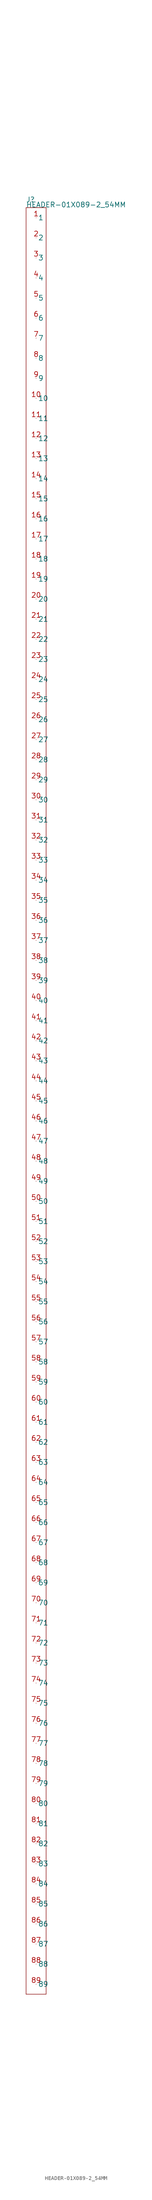
<source format=kicad_sym>
(kicad_symbol_lib
  (version 20211014)
  (generator kicad_symbol_editor)
  (symbol "HEADER-01X089-2_54MM"
    (pin_names)
    (property "Reference" "J"
      (at -2.54 227.33 0)
      (effects (font (size 1.27 1.27)) (justify left bottom)))
    (property "Value" "HEADER-01X089-2_54MM"
      (at -2.54 226.06 0)
      (effects (font (size 1.27 1.27)) (justify left bottom)))
    (property "Datasheet" ""
      (at 0 0 0))
    (property "ki_description" "Header 1x89  - Header Vertical 89POS 2.54MM Technical Specifications: Pitch: 0.1\" (2.54mm) "
      (at 0 0 0))
    (property "ki_fp_filters" "FlashPCB_Connectors:HEADER-THT-01X089-2_54MM FlashPCB_Connectors:HEADER-THT-LONG-01X089-2_54MM FlashPCB_Connectors:HEADER-THT-NOSILK-01X089-2_54MM FlashPCB_Connectors:HEADER-THT-LONG-NOSILK-01X089-2_54MM"
      (at 0 0 0))
    (symbol "HEADER-01X089-2_54MM_1_1"
      (polyline (pts (xy -2.54 226.06) (xy 2.54 226.06)) (stroke (width 0.127)) (fill (type none)))
      (polyline (pts (xy 2.54 226.06) (xy 2.54 -226.06)) (stroke (width 0.127)) (fill (type none)))
      (polyline (pts (xy 2.54 -226.06) (xy -2.54 -226.06)) (stroke (width 0.127)) (fill (type none)))
      (polyline (pts (xy -2.54 -226.06) (xy -2.54 226.06)) (stroke (width 0.127)) (fill (type none)))
      (pin bidirectional line (at 0 223.52 0) (length 0) (name "1" (effects (font (size 1.27 1.27)))) (number "1" (effects (font (size 1.27 1.27)))))
      (pin bidirectional line (at 0 218.44 0) (length 0) (name "2" (effects (font (size 1.27 1.27)))) (number "2" (effects (font (size 1.27 1.27)))))
      (pin bidirectional line (at 0 213.36 0) (length 0) (name "3" (effects (font (size 1.27 1.27)))) (number "3" (effects (font (size 1.27 1.27)))))
      (pin bidirectional line (at 0 208.28 0) (length 0) (name "4" (effects (font (size 1.27 1.27)))) (number "4" (effects (font (size 1.27 1.27)))))
      (pin bidirectional line (at 0 203.2 0) (length 0) (name "5" (effects (font (size 1.27 1.27)))) (number "5" (effects (font (size 1.27 1.27)))))
      (pin bidirectional line (at 0 198.12 0) (length 0) (name "6" (effects (font (size 1.27 1.27)))) (number "6" (effects (font (size 1.27 1.27)))))
      (pin bidirectional line (at 0 193.04 0) (length 0) (name "7" (effects (font (size 1.27 1.27)))) (number "7" (effects (font (size 1.27 1.27)))))
      (pin bidirectional line (at 0 187.96 0) (length 0) (name "8" (effects (font (size 1.27 1.27)))) (number "8" (effects (font (size 1.27 1.27)))))
      (pin bidirectional line (at 0 182.88 0) (length 0) (name "9" (effects (font (size 1.27 1.27)))) (number "9" (effects (font (size 1.27 1.27)))))
      (pin bidirectional line (at 0 177.8 0) (length 0) (name "10" (effects (font (size 1.27 1.27)))) (number "10" (effects (font (size 1.27 1.27)))))
      (pin bidirectional line (at 0 172.72 0) (length 0) (name "11" (effects (font (size 1.27 1.27)))) (number "11" (effects (font (size 1.27 1.27)))))
      (pin bidirectional line (at 0 167.64 0) (length 0) (name "12" (effects (font (size 1.27 1.27)))) (number "12" (effects (font (size 1.27 1.27)))))
      (pin bidirectional line (at 0 162.56 0) (length 0) (name "13" (effects (font (size 1.27 1.27)))) (number "13" (effects (font (size 1.27 1.27)))))
      (pin bidirectional line (at 0 157.48 0) (length 0) (name "14" (effects (font (size 1.27 1.27)))) (number "14" (effects (font (size 1.27 1.27)))))
      (pin bidirectional line (at 0 152.4 0) (length 0) (name "15" (effects (font (size 1.27 1.27)))) (number "15" (effects (font (size 1.27 1.27)))))
      (pin bidirectional line (at 0 147.32 0) (length 0) (name "16" (effects (font (size 1.27 1.27)))) (number "16" (effects (font (size 1.27 1.27)))))
      (pin bidirectional line (at 0 142.24 0) (length 0) (name "17" (effects (font (size 1.27 1.27)))) (number "17" (effects (font (size 1.27 1.27)))))
      (pin bidirectional line (at 0 137.16 0) (length 0) (name "18" (effects (font (size 1.27 1.27)))) (number "18" (effects (font (size 1.27 1.27)))))
      (pin bidirectional line (at 0 132.08 0) (length 0) (name "19" (effects (font (size 1.27 1.27)))) (number "19" (effects (font (size 1.27 1.27)))))
      (pin bidirectional line (at 0 127 0) (length 0) (name "20" (effects (font (size 1.27 1.27)))) (number "20" (effects (font (size 1.27 1.27)))))
      (pin bidirectional line (at 0 121.92 0) (length 0) (name "21" (effects (font (size 1.27 1.27)))) (number "21" (effects (font (size 1.27 1.27)))))
      (pin bidirectional line (at 0 116.84 0) (length 0) (name "22" (effects (font (size 1.27 1.27)))) (number "22" (effects (font (size 1.27 1.27)))))
      (pin bidirectional line (at 0 111.76 0) (length 0) (name "23" (effects (font (size 1.27 1.27)))) (number "23" (effects (font (size 1.27 1.27)))))
      (pin bidirectional line (at 0 106.68 0) (length 0) (name "24" (effects (font (size 1.27 1.27)))) (number "24" (effects (font (size 1.27 1.27)))))
      (pin bidirectional line (at 0 101.6 0) (length 0) (name "25" (effects (font (size 1.27 1.27)))) (number "25" (effects (font (size 1.27 1.27)))))
      (pin bidirectional line (at 0 96.52 0) (length 0) (name "26" (effects (font (size 1.27 1.27)))) (number "26" (effects (font (size 1.27 1.27)))))
      (pin bidirectional line (at 0 91.44 0) (length 0) (name "27" (effects (font (size 1.27 1.27)))) (number "27" (effects (font (size 1.27 1.27)))))
      (pin bidirectional line (at 0 86.36 0) (length 0) (name "28" (effects (font (size 1.27 1.27)))) (number "28" (effects (font (size 1.27 1.27)))))
      (pin bidirectional line (at 0 81.28 0) (length 0) (name "29" (effects (font (size 1.27 1.27)))) (number "29" (effects (font (size 1.27 1.27)))))
      (pin bidirectional line (at 0 76.2 0) (length 0) (name "30" (effects (font (size 1.27 1.27)))) (number "30" (effects (font (size 1.27 1.27)))))
      (pin bidirectional line (at 0 71.12 0) (length 0) (name "31" (effects (font (size 1.27 1.27)))) (number "31" (effects (font (size 1.27 1.27)))))
      (pin bidirectional line (at 0 66.04 0) (length 0) (name "32" (effects (font (size 1.27 1.27)))) (number "32" (effects (font (size 1.27 1.27)))))
      (pin bidirectional line (at 0 60.96 0) (length 0) (name "33" (effects (font (size 1.27 1.27)))) (number "33" (effects (font (size 1.27 1.27)))))
      (pin bidirectional line (at 0 55.88 0) (length 0) (name "34" (effects (font (size 1.27 1.27)))) (number "34" (effects (font (size 1.27 1.27)))))
      (pin bidirectional line (at 0 50.8 0) (length 0) (name "35" (effects (font (size 1.27 1.27)))) (number "35" (effects (font (size 1.27 1.27)))))
      (pin bidirectional line (at 0 45.72 0) (length 0) (name "36" (effects (font (size 1.27 1.27)))) (number "36" (effects (font (size 1.27 1.27)))))
      (pin bidirectional line (at 0 40.64 0) (length 0) (name "37" (effects (font (size 1.27 1.27)))) (number "37" (effects (font (size 1.27 1.27)))))
      (pin bidirectional line (at 0 35.56 0) (length 0) (name "38" (effects (font (size 1.27 1.27)))) (number "38" (effects (font (size 1.27 1.27)))))
      (pin bidirectional line (at 0 30.48 0) (length 0) (name "39" (effects (font (size 1.27 1.27)))) (number "39" (effects (font (size 1.27 1.27)))))
      (pin bidirectional line (at 0 25.4 0) (length 0) (name "40" (effects (font (size 1.27 1.27)))) (number "40" (effects (font (size 1.27 1.27)))))
      (pin bidirectional line (at 0 20.32 0) (length 0) (name "41" (effects (font (size 1.27 1.27)))) (number "41" (effects (font (size 1.27 1.27)))))
      (pin bidirectional line (at 0 15.24 0) (length 0) (name "42" (effects (font (size 1.27 1.27)))) (number "42" (effects (font (size 1.27 1.27)))))
      (pin bidirectional line (at 0 10.16 0) (length 0) (name "43" (effects (font (size 1.27 1.27)))) (number "43" (effects (font (size 1.27 1.27)))))
      (pin bidirectional line (at 0 5.08 0) (length 0) (name "44" (effects (font (size 1.27 1.27)))) (number "44" (effects (font (size 1.27 1.27)))))
      (pin bidirectional line (at 0 0 0) (length 0) (name "45" (effects (font (size 1.27 1.27)))) (number "45" (effects (font (size 1.27 1.27)))))
      (pin bidirectional line (at 0 -5.08 0) (length 0) (name "46" (effects (font (size 1.27 1.27)))) (number "46" (effects (font (size 1.27 1.27)))))
      (pin bidirectional line (at 0 -10.16 0) (length 0) (name "47" (effects (font (size 1.27 1.27)))) (number "47" (effects (font (size 1.27 1.27)))))
      (pin bidirectional line (at 0 -15.24 0) (length 0) (name "48" (effects (font (size 1.27 1.27)))) (number "48" (effects (font (size 1.27 1.27)))))
      (pin bidirectional line (at 0 -20.32 0) (length 0) (name "49" (effects (font (size 1.27 1.27)))) (number "49" (effects (font (size 1.27 1.27)))))
      (pin bidirectional line (at 0 -25.4 0) (length 0) (name "50" (effects (font (size 1.27 1.27)))) (number "50" (effects (font (size 1.27 1.27)))))
      (pin bidirectional line (at 0 -30.48 0) (length 0) (name "51" (effects (font (size 1.27 1.27)))) (number "51" (effects (font (size 1.27 1.27)))))
      (pin bidirectional line (at 0 -35.56 0) (length 0) (name "52" (effects (font (size 1.27 1.27)))) (number "52" (effects (font (size 1.27 1.27)))))
      (pin bidirectional line (at 0 -40.64 0) (length 0) (name "53" (effects (font (size 1.27 1.27)))) (number "53" (effects (font (size 1.27 1.27)))))
      (pin bidirectional line (at 0 -45.72 0) (length 0) (name "54" (effects (font (size 1.27 1.27)))) (number "54" (effects (font (size 1.27 1.27)))))
      (pin bidirectional line (at 0 -50.8 0) (length 0) (name "55" (effects (font (size 1.27 1.27)))) (number "55" (effects (font (size 1.27 1.27)))))
      (pin bidirectional line (at 0 -55.88 0) (length 0) (name "56" (effects (font (size 1.27 1.27)))) (number "56" (effects (font (size 1.27 1.27)))))
      (pin bidirectional line (at 0 -60.96 0) (length 0) (name "57" (effects (font (size 1.27 1.27)))) (number "57" (effects (font (size 1.27 1.27)))))
      (pin bidirectional line (at 0 -66.04 0) (length 0) (name "58" (effects (font (size 1.27 1.27)))) (number "58" (effects (font (size 1.27 1.27)))))
      (pin bidirectional line (at 0 -71.12 0) (length 0) (name "59" (effects (font (size 1.27 1.27)))) (number "59" (effects (font (size 1.27 1.27)))))
      (pin bidirectional line (at 0 -76.2 0) (length 0) (name "60" (effects (font (size 1.27 1.27)))) (number "60" (effects (font (size 1.27 1.27)))))
      (pin bidirectional line (at 0 -81.28 0) (length 0) (name "61" (effects (font (size 1.27 1.27)))) (number "61" (effects (font (size 1.27 1.27)))))
      (pin bidirectional line (at 0 -86.36 0) (length 0) (name "62" (effects (font (size 1.27 1.27)))) (number "62" (effects (font (size 1.27 1.27)))))
      (pin bidirectional line (at 0 -91.44 0) (length 0) (name "63" (effects (font (size 1.27 1.27)))) (number "63" (effects (font (size 1.27 1.27)))))
      (pin bidirectional line (at 0 -96.52 0) (length 0) (name "64" (effects (font (size 1.27 1.27)))) (number "64" (effects (font (size 1.27 1.27)))))
      (pin bidirectional line (at 0 -101.6 0) (length 0) (name "65" (effects (font (size 1.27 1.27)))) (number "65" (effects (font (size 1.27 1.27)))))
      (pin bidirectional line (at 0 -106.68 0) (length 0) (name "66" (effects (font (size 1.27 1.27)))) (number "66" (effects (font (size 1.27 1.27)))))
      (pin bidirectional line (at 0 -111.76 0) (length 0) (name "67" (effects (font (size 1.27 1.27)))) (number "67" (effects (font (size 1.27 1.27)))))
      (pin bidirectional line (at 0 -116.84 0) (length 0) (name "68" (effects (font (size 1.27 1.27)))) (number "68" (effects (font (size 1.27 1.27)))))
      (pin bidirectional line (at 0 -121.92 0) (length 0) (name "69" (effects (font (size 1.27 1.27)))) (number "69" (effects (font (size 1.27 1.27)))))
      (pin bidirectional line (at 0 -127 0) (length 0) (name "70" (effects (font (size 1.27 1.27)))) (number "70" (effects (font (size 1.27 1.27)))))
      (pin bidirectional line (at 0 -132.08 0) (length 0) (name "71" (effects (font (size 1.27 1.27)))) (number "71" (effects (font (size 1.27 1.27)))))
      (pin bidirectional line (at 0 -137.16 0) (length 0) (name "72" (effects (font (size 1.27 1.27)))) (number "72" (effects (font (size 1.27 1.27)))))
      (pin bidirectional line (at 0 -142.24 0) (length 0) (name "73" (effects (font (size 1.27 1.27)))) (number "73" (effects (font (size 1.27 1.27)))))
      (pin bidirectional line (at 0 -147.32 0) (length 0) (name "74" (effects (font (size 1.27 1.27)))) (number "74" (effects (font (size 1.27 1.27)))))
      (pin bidirectional line (at 0 -152.4 0) (length 0) (name "75" (effects (font (size 1.27 1.27)))) (number "75" (effects (font (size 1.27 1.27)))))
      (pin bidirectional line (at 0 -157.48 0) (length 0) (name "76" (effects (font (size 1.27 1.27)))) (number "76" (effects (font (size 1.27 1.27)))))
      (pin bidirectional line (at 0 -162.56 0) (length 0) (name "77" (effects (font (size 1.27 1.27)))) (number "77" (effects (font (size 1.27 1.27)))))
      (pin bidirectional line (at 0 -167.64 0) (length 0) (name "78" (effects (font (size 1.27 1.27)))) (number "78" (effects (font (size 1.27 1.27)))))
      (pin bidirectional line (at 0 -172.72 0) (length 0) (name "79" (effects (font (size 1.27 1.27)))) (number "79" (effects (font (size 1.27 1.27)))))
      (pin bidirectional line (at 0 -177.8 0) (length 0) (name "80" (effects (font (size 1.27 1.27)))) (number "80" (effects (font (size 1.27 1.27)))))
      (pin bidirectional line (at 0 -182.88 0) (length 0) (name "81" (effects (font (size 1.27 1.27)))) (number "81" (effects (font (size 1.27 1.27)))))
      (pin bidirectional line (at 0 -187.96 0) (length 0) (name "82" (effects (font (size 1.27 1.27)))) (number "82" (effects (font (size 1.27 1.27)))))
      (pin bidirectional line (at 0 -193.04 0) (length 0) (name "83" (effects (font (size 1.27 1.27)))) (number "83" (effects (font (size 1.27 1.27)))))
      (pin bidirectional line (at 0 -198.12 0) (length 0) (name "84" (effects (font (size 1.27 1.27)))) (number "84" (effects (font (size 1.27 1.27)))))
      (pin bidirectional line (at 0 -203.2 0) (length 0) (name "85" (effects (font (size 1.27 1.27)))) (number "85" (effects (font (size 1.27 1.27)))))
      (pin bidirectional line (at 0 -208.28 0) (length 0) (name "86" (effects (font (size 1.27 1.27)))) (number "86" (effects (font (size 1.27 1.27)))))
      (pin bidirectional line (at 0 -213.36 0) (length 0) (name "87" (effects (font (size 1.27 1.27)))) (number "87" (effects (font (size 1.27 1.27)))))
      (pin bidirectional line (at 0 -218.44 0) (length 0) (name "88" (effects (font (size 1.27 1.27)))) (number "88" (effects (font (size 1.27 1.27)))))
      (pin bidirectional line (at 0 -223.52 0) (length 0) (name "89" (effects (font (size 1.27 1.27)))) (number "89" (effects (font (size 1.27 1.27))))))))
</source>
